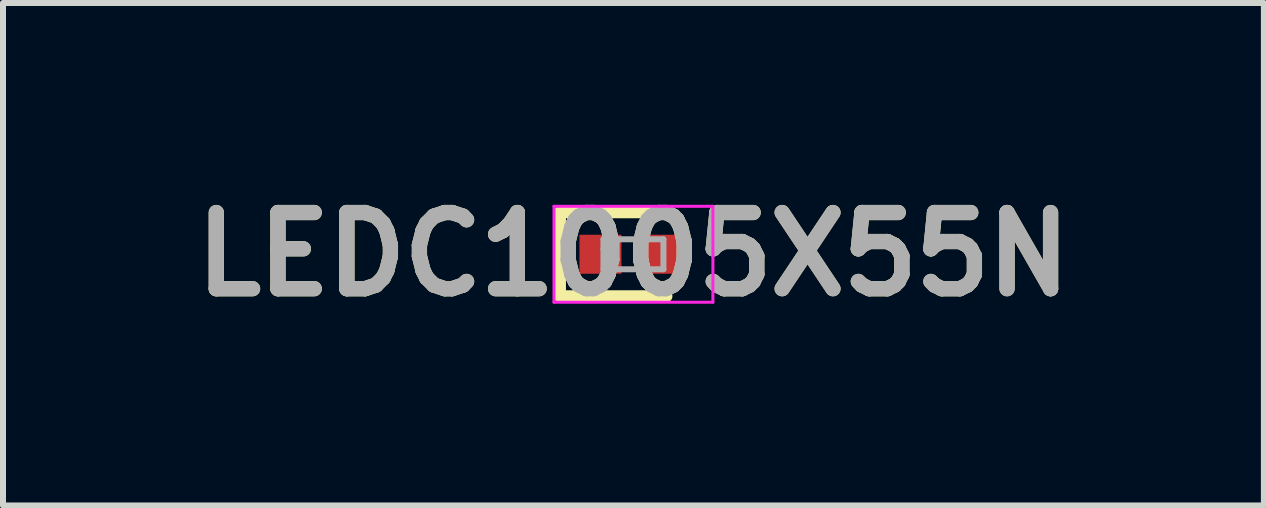
<source format=kicad_pcb>
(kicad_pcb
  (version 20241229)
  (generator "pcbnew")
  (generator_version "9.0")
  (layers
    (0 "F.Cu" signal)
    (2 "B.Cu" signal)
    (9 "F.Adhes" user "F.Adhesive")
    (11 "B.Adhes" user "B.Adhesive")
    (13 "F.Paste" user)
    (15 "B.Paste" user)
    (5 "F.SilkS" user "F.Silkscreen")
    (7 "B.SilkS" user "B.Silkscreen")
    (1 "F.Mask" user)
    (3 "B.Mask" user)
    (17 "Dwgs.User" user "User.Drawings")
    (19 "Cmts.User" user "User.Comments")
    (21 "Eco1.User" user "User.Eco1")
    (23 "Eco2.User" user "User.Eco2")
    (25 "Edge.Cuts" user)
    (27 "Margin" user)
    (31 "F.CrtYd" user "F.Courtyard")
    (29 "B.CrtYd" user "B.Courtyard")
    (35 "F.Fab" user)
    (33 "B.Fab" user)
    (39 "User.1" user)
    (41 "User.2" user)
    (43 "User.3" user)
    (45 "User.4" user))
  (footprint "LEDC1005X55N"
    (layer "F.Cu")
    (at 7.511 1.189)
    (property "Reference" "LEDC1005X55N" (at 0 0 0) (layer "F.SilkS") (effects (font (size 1.27 1.27) (thickness 0.254))))
    (attr smd)
    (fp_line (start -1.225 -0.7) (end -1.225 0.7) (stroke (width 0.2) (type solid)) (layer "F.SilkS"))
    (fp_line (start -1.225 0.7) (end 0.55 0.7) (stroke (width 0.2) (type solid)) (layer "F.SilkS"))
    (fp_line (start 0.55 -0.7) (end -1.225 -0.7) (stroke (width 0.2) (type solid)) (layer "F.SilkS"))
    (fp_line (start -1.325 -0.8) (end 1.325 -0.8) (stroke (width 0.05) (type solid)) (layer "F.CrtYd"))
    (fp_line (start -1.325 0.8) (end -1.325 -0.8) (stroke (width 0.05) (type solid)) (layer "F.CrtYd"))
    (fp_line (start 1.325 -0.8) (end 1.325 0.8) (stroke (width 0.05) (type solid)) (layer "F.CrtYd"))
    (fp_line (start 1.325 0.8) (end -1.325 0.8) (stroke (width 0.05) (type solid)) (layer "F.CrtYd"))
    (fp_line (start -0.5 -0.25) (end 0.5 -0.25) (stroke (width 0.1) (type solid)) (layer "F.Fab"))
    (fp_line (start -0.5 -0.083) (end -0.333 -0.25) (stroke (width 0.1) (type solid)) (layer "F.Fab"))
    (fp_line (start -0.5 0.25) (end -0.5 -0.25) (stroke (width 0.1) (type solid)) (layer "F.Fab"))
    (fp_line (start 0.5 -0.25) (end 0.5 0.25) (stroke (width 0.1) (type solid)) (layer "F.Fab"))
    (fp_line (start 0.5 0.25) (end -0.5 0.25) (stroke (width 0.1) (type solid)) (layer "F.Fab"))
    (fp_text user "${REFERENCE}" (at 0 0 0) (layer "F.Fab") (effects (font (size 1.27 1.27) (thickness 0.254))))
    (pad "1" smd rect (at -0.55 0 90) (size 0.65 0.7) (layers "F.Cu" "F.Mask" "F.Paste"))
    (pad "2" smd rect (at 0.55 0 90) (size 0.65 0.7) (layers "F.Cu" "F.Mask" "F.Paste")))
  (gr_rect
    (start -3 -3)
    (end 18.022 5.377)
    (stroke (width 0.1) (type default))
    (fill no)
    (layer "Edge.Cuts")))
</source>
